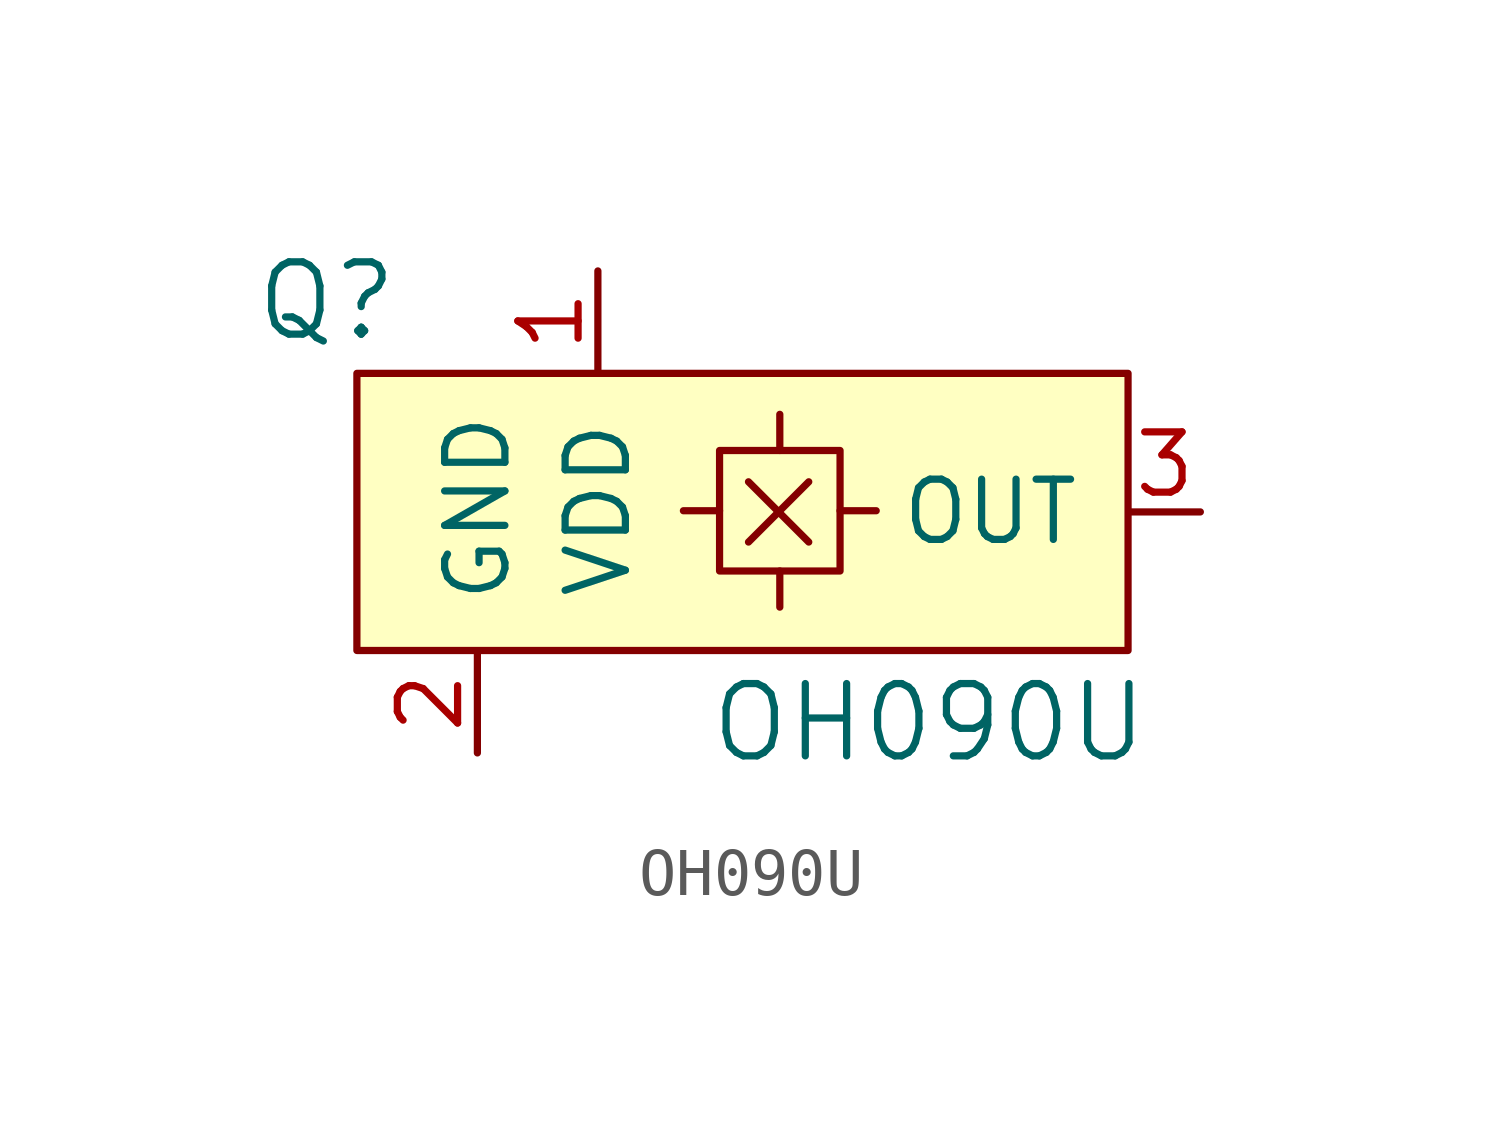
<source format=kicad_sym>
(kicad_symbol_lib
  (version 20231120)
  (generator "kicad_symbol_editor")
  (generator_version "8.0")
  (symbol "OH090U"
    (pin_names
      (offset 1.016))
    (property "Reference" "Q"
      (at -8.255 4.445 0)
      (effects (font (size 1.524 1.524))))
    (property "Value" "OH090U"
      (at 4.445 -4.445 0)
      (effects (font (size 1.524 1.524))))
    (symbol "OH090U_0_1"
      (polyline (pts (xy 0.025 0.025) (xy -0.737 0.025)) (stroke (width 0) (type default)) (fill (type none)))
      (polyline (pts (xy 0.635 -0.635) (xy 1.905 0.635)) (stroke (width 0) (type default)) (fill (type none)))
      (polyline (pts (xy 0.635 0.635) (xy 1.905 -0.635)) (stroke (width 0) (type default)) (fill (type none)))
      (polyline (pts (xy 1.295 -1.245) (xy 1.295 -2.007)) (stroke (width 0) (type default)) (fill (type none)))
      (polyline (pts (xy 1.295 1.295) (xy 1.295 2.057)) (stroke (width 0) (type default)) (fill (type none)))
      (polyline (pts (xy 2.565 0.025) (xy 3.327 0.025)) (stroke (width 0) (type default)) (fill (type none)))
      (rectangle (start 0.025 1.295) (end 2.565 -1.245) (stroke (width 0) (type default)) (fill (type none)))
      (rectangle (start 8.636 2.921) (end -7.62 -2.921) (stroke (width 0) (type default)) (fill (type background))))
    (symbol "OH090U_1_1"
      (pin power_in line (at -2.54 5.08 270) (length 2.108) (name "VDD" (effects (font (size 1.27 1.27)))) (number "1" (effects (font (size 1.27 1.27)))))
      (pin power_in line (at -5.08 -5.08 90) (length 2.108) (name "GND" (effects (font (size 1.27 1.27)))) (number "2" (effects (font (size 1.27 1.27)))))
      (pin output line (at 10.16 0 180) (length 1.499) (name "OUT" (effects (font (size 1.27 1.27)))) (number "3" (effects (font (size 1.27 1.27))))))))
</source>
